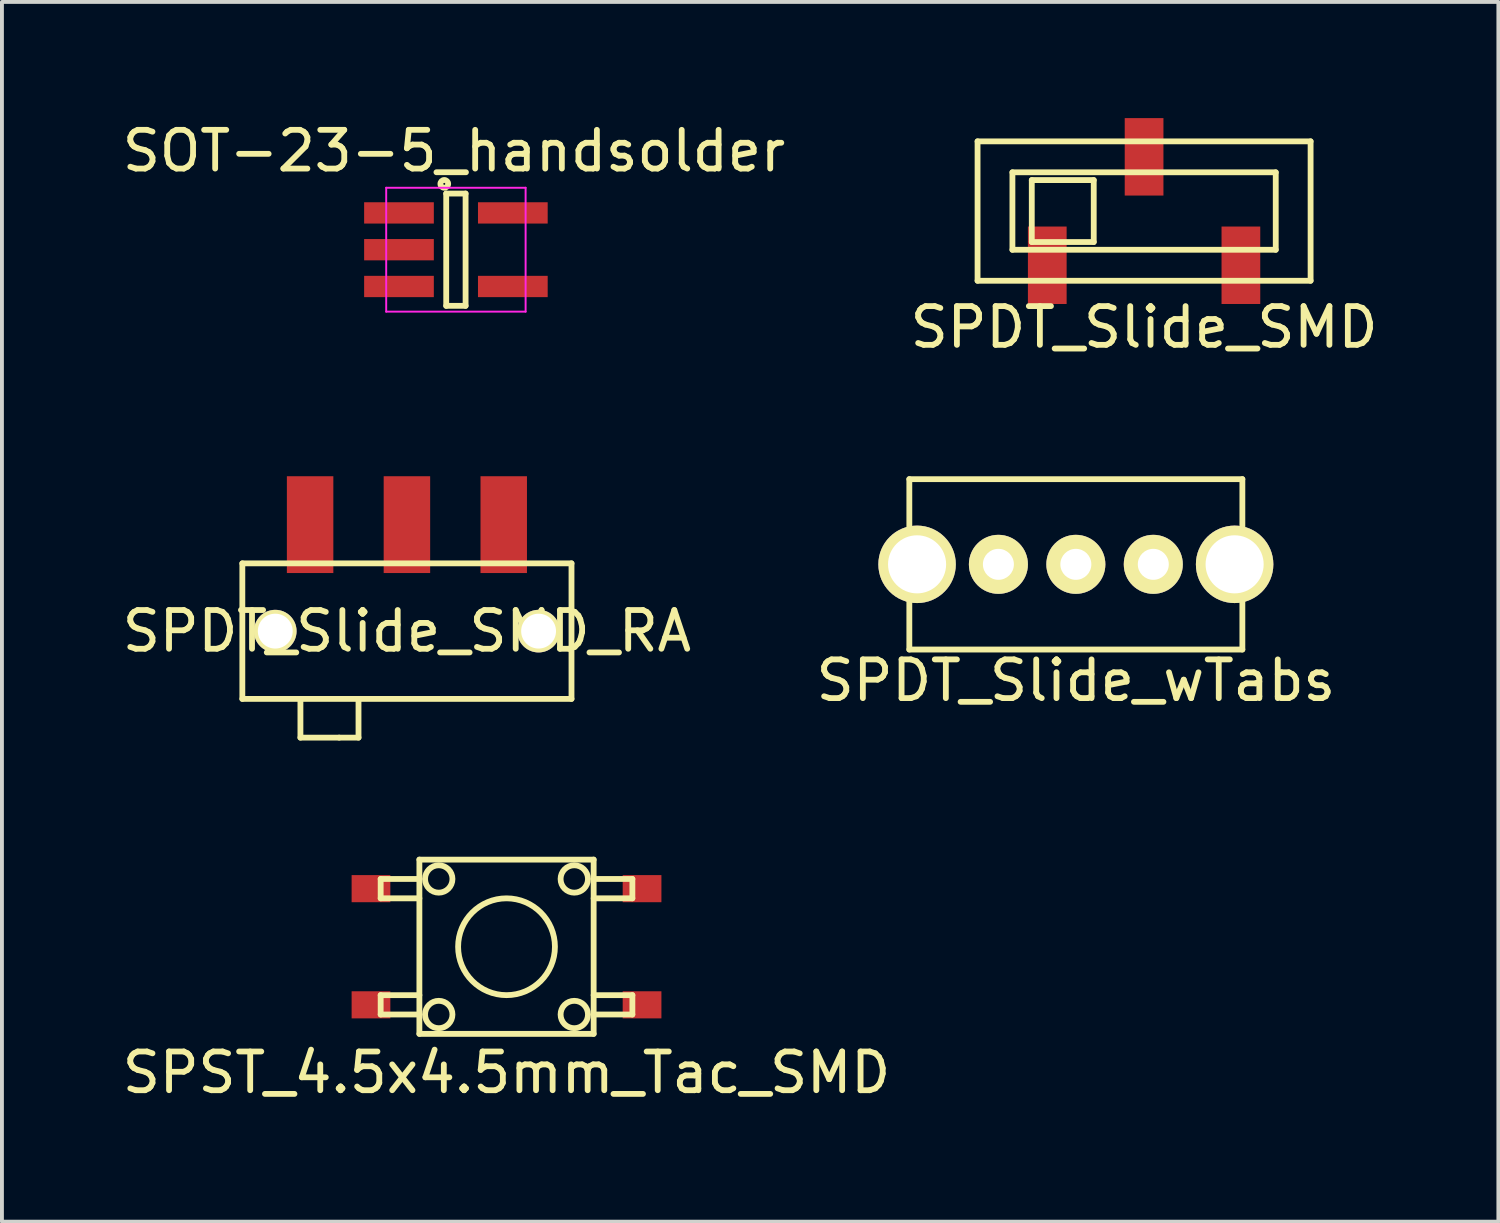
<source format=kicad_pcb>
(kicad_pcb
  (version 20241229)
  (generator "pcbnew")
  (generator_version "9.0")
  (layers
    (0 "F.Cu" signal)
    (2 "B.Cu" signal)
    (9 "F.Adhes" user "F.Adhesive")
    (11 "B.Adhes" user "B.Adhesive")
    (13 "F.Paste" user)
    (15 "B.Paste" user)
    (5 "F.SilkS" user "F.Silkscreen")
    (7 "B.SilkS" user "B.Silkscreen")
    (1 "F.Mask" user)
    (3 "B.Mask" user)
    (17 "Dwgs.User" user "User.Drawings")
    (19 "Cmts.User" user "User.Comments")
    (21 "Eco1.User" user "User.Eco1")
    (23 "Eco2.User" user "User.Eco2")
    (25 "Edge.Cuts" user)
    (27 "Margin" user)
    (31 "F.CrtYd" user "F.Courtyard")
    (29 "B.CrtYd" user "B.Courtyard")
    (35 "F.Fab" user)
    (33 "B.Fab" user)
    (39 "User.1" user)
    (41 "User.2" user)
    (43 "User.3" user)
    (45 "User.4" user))
  (footprint "SPST_4.5x4.5mm_Tac_SMD"
    (layer "F.Cu")
    (at 10.03 21.398)
    (property "Reference" "SPST_4.5x4.5mm_Tac_SMD" (at 0 3.25 0) (layer "F.SilkS") (effects (font (size 1 1) (thickness 0.15))))
    (attr through_hole)
    (fp_line (start -3.25 -1.75) (end -2.25 -1.75) (stroke (width 0.15) (type solid)) (layer "F.SilkS"))
    (fp_line (start -3.25 -1.25) (end -3.25 -1.75) (stroke (width 0.15) (type solid)) (layer "F.SilkS"))
    (fp_line (start -3.25 1.25) (end -2.25 1.25) (stroke (width 0.15) (type solid)) (layer "F.SilkS"))
    (fp_line (start -3.25 1.75) (end -3.25 1.25) (stroke (width 0.15) (type solid)) (layer "F.SilkS"))
    (fp_line (start -2.25 -2.25) (end 2.25 -2.25) (stroke (width 0.15) (type solid)) (layer "F.SilkS"))
    (fp_line (start -2.25 -1.25) (end -3.25 -1.25) (stroke (width 0.15) (type solid)) (layer "F.SilkS"))
    (fp_line (start -2.25 1.75) (end -3.25 1.75) (stroke (width 0.15) (type solid)) (layer "F.SilkS"))
    (fp_line (start -2.25 2.25) (end -2.25 -2.25) (stroke (width 0.15) (type solid)) (layer "F.SilkS"))
    (fp_line (start 2.25 -2.25) (end 2.25 1.75) (stroke (width 0.15) (type solid)) (layer "F.SilkS"))
    (fp_line (start 2.25 -1.75) (end 3.25 -1.75) (stroke (width 0.15) (type solid)) (layer "F.SilkS"))
    (fp_line (start 2.25 1.25) (end 3.25 1.25) (stroke (width 0.15) (type solid)) (layer "F.SilkS"))
    (fp_line (start 2.25 1.75) (end 2.25 2.25) (stroke (width 0.15) (type solid)) (layer "F.SilkS"))
    (fp_line (start 2.25 2.25) (end -2.25 2.25) (stroke (width 0.15) (type solid)) (layer "F.SilkS"))
    (fp_line (start 3.25 -1.75) (end 3.25 -1.25) (stroke (width 0.15) (type solid)) (layer "F.SilkS"))
    (fp_line (start 3.25 -1.25) (end 2.25 -1.25) (stroke (width 0.15) (type solid)) (layer "F.SilkS"))
    (fp_line (start 3.25 1.25) (end 3.25 1.75) (stroke (width 0.15) (type solid)) (layer "F.SilkS"))
    (fp_line (start 3.25 1.75) (end 2.25 1.75) (stroke (width 0.15) (type solid)) (layer "F.SilkS"))
    (fp_circle (center -1.75 -1.75) (end -1.5 -1.5) (stroke (width 0.15) (type solid)) (fill no) (layer "F.SilkS"))
    (fp_circle (center -1.75 1.75) (end -1.5 1.5) (stroke (width 0.15) (type solid)) (fill no) (layer "F.SilkS"))
    (fp_circle (center 0 0) (end 0 -1.25) (stroke (width 0.15) (type solid)) (fill no) (layer "F.SilkS"))
    (fp_circle (center 1.75 -1.75) (end 1.5 -1.5) (stroke (width 0.15) (type solid)) (fill no) (layer "F.SilkS"))
    (fp_circle (center 1.75 1.75) (end 1.5 1.5) (stroke (width 0.15) (type solid)) (fill no) (layer "F.SilkS"))
    (pad "1" smd rect (at -3.5 -1.5) (size 1 0.7) (layers "F.Cu" "F.Mask" "F.Paste"))
    (pad "1" smd rect (at 3.5 -1.5) (size 1 0.7) (layers "F.Cu" "F.Mask" "F.Paste"))
    (pad "2" smd rect (at -3.5 1.5) (size 1 0.7) (layers "F.Cu" "F.Mask" "F.Paste"))
    (pad "2" smd rect (at 3.5 1.5) (size 1 0.7) (layers "F.Cu" "F.Mask" "F.Paste")))
  (footprint "SPDT_Slide_SMD"
    (layer "F.Cu")
    (at 26.494 2.4)
    (property "Reference" "SPDT_Slide_SMD" (at 0 3 0) (layer "F.SilkS") (effects (font (size 1 1) (thickness 0.15))))
    (attr through_hole)
    (fp_line (start -4.3 -1.8) (end 4.3 -1.8) (stroke (width 0.15) (type solid)) (layer "F.SilkS"))
    (fp_line (start -4.3 1.8) (end -4.3 -1.8) (stroke (width 0.15) (type solid)) (layer "F.SilkS"))
    (fp_line (start -3.4 -1) (end -3.4 1) (stroke (width 0.15) (type solid)) (layer "F.SilkS"))
    (fp_line (start -3.4 1) (end 3.4 1) (stroke (width 0.15) (type solid)) (layer "F.SilkS"))
    (fp_line (start -2.9 -0.8) (end -2.9 0.8) (stroke (width 0.15) (type solid)) (layer "F.SilkS"))
    (fp_line (start -2.9 0.8) (end -1.3 0.8) (stroke (width 0.15) (type solid)) (layer "F.SilkS"))
    (fp_line (start -1.3 -0.8) (end -2.9 -0.8) (stroke (width 0.15) (type solid)) (layer "F.SilkS"))
    (fp_line (start -1.3 0.8) (end -1.3 -0.8) (stroke (width 0.15) (type solid)) (layer "F.SilkS"))
    (fp_line (start 3.4 -1) (end -3.4 -1) (stroke (width 0.15) (type solid)) (layer "F.SilkS"))
    (fp_line (start 3.4 1) (end 3.4 -1) (stroke (width 0.15) (type solid)) (layer "F.SilkS"))
    (fp_line (start 4.3 -1.8) (end 4.3 1.8) (stroke (width 0.15) (type solid)) (layer "F.SilkS"))
    (fp_line (start 4.3 1.8) (end -4.3 1.8) (stroke (width 0.15) (type solid)) (layer "F.SilkS"))
    (pad "1" smd rect (at -2.5 1.4) (size 1 2) (layers "F.Cu" "F.Mask" "F.Paste"))
    (pad "2" smd rect (at 0 -1.4) (size 1 2) (layers "F.Cu" "F.Mask" "F.Paste"))
    (pad "3" smd rect (at 2.5 1.4) (size 1 2) (layers "F.Cu" "F.Mask" "F.Paste")))
  (footprint "SOT-23-5_handsolder"
    (layer "F.Cu")
    (at 8.723 3.398)
    (property "Reference" "SOT-23-5_handsolder" (at -0.05 -2.55 0) (layer "F.SilkS") (effects (font (size 1 1) (thickness 0.15))))
    (attr smd)
    (fp_line (start -0.25 -1.45) (end -0.25 1.45) (stroke (width 0.15) (type solid)) (layer "F.SilkS"))
    (fp_line (start -0.25 1.45) (end 0.25 1.45) (stroke (width 0.15) (type solid)) (layer "F.SilkS"))
    (fp_line (start 0.25 -1.45) (end -0.25 -1.45) (stroke (width 0.15) (type solid)) (layer "F.SilkS"))
    (fp_line (start 0.25 1.45) (end 0.25 -1.45) (stroke (width 0.15) (type solid)) (layer "F.SilkS"))
    (fp_circle (center -0.3 -1.7) (end -0.2 -1.7) (stroke (width 0.15) (type solid)) (fill no) (layer "F.SilkS"))
    (fp_line (start -1.8 -1.6) (end 1.8 -1.6) (stroke (width 0.05) (type solid)) (layer "F.CrtYd"))
    (fp_line (start -1.8 1.6) (end -1.8 -1.6) (stroke (width 0.05) (type solid)) (layer "F.CrtYd"))
    (fp_line (start 1.8 -1.6) (end 1.8 1.6) (stroke (width 0.05) (type solid)) (layer "F.CrtYd"))
    (fp_line (start 1.8 1.6) (end -1.8 1.6) (stroke (width 0.05) (type solid)) (layer "F.CrtYd"))
    (pad "1" smd rect (at -1.47 -0.95) (size 1.8 0.55) (layers "F.Cu" "F.Mask" "F.Paste"))
    (pad "2" smd rect (at -1.47 0) (size 1.8 0.55) (layers "F.Cu" "F.Mask" "F.Paste"))
    (pad "3" smd rect (at -1.47 0.95) (size 1.8 0.55) (layers "F.Cu" "F.Mask" "F.Paste"))
    (pad "4" smd rect (at 1.47 0.95) (size 1.8 0.55) (layers "F.Cu" "F.Mask" "F.Paste"))
    (pad "5" smd rect (at 1.47 -0.95) (size 1.8 0.55) (layers "F.Cu" "F.Mask" "F.Paste")))
  (footprint "SPDT_Slide_SMD_RA"
    (layer "F.Cu")
    (at 7.458 13.248)
    (property "Reference" "SPDT_Slide_SMD_RA" (at 0 0 0) (layer "F.SilkS") (effects (font (size 1 1) (thickness 0.15))))
    (attr through_hole)
    (fp_line (start -4.25 -1.75) (end -4.25 1.75) (stroke (width 0.15) (type solid)) (layer "F.SilkS"))
    (fp_line (start -4.25 1.75) (end 4.25 1.75) (stroke (width 0.15) (type solid)) (layer "F.SilkS"))
    (fp_line (start -2.75 1.75) (end -2.75 2.75) (stroke (width 0.15) (type solid)) (layer "F.SilkS"))
    (fp_line (start -2.75 2.75) (end -1.75 2.75) (stroke (width 0.15) (type solid)) (layer "F.SilkS"))
    (fp_line (start -1.75 2.75) (end -1.25 2.75) (stroke (width 0.15) (type solid)) (layer "F.SilkS"))
    (fp_line (start -1.25 2.75) (end -1.25 1.75) (stroke (width 0.15) (type solid)) (layer "F.SilkS"))
    (fp_line (start 4.25 -1.75) (end -4.25 -1.75) (stroke (width 0.15) (type solid)) (layer "F.SilkS"))
    (fp_line (start 4.25 1.75) (end 4.25 -1.75) (stroke (width 0.15) (type solid)) (layer "F.SilkS"))
    (pad "1" smd rect (at -2.5 -2.75) (size 1.2 2.5) (layers "F.Cu" "F.Mask" "F.Paste"))
    (pad "2" smd rect (at 0 -2.75) (size 1.2 2.5) (layers "F.Cu" "F.Mask" "F.Paste"))
    (pad "3" smd rect (at 2.5 -2.75) (size 1.2 2.5) (layers "F.Cu" "F.Mask" "F.Paste"))
    (pad "4" thru_hole circle (at -3.4 0) (size 1.1 1.1) (drill 0.9) (layers "*.Cu" "*.Mask" "F.SilkS"))
    (pad "4" thru_hole circle (at 3.4 0) (size 1.1 1.1) (drill 0.9) (layers "*.Cu" "*.Mask" "F.SilkS")))
  (footprint "SPDT_Slide_wTabs"
    (layer "F.Cu")
    (at 24.732 11.523)
    (property "Reference" "SPDT_Slide_wTabs" (at 0 3 0) (layer "F.SilkS") (effects (font (size 1 1) (thickness 0.15))))
    (attr through_hole)
    (fp_line (start -4.3 -2.2) (end 4.3 -2.2) (stroke (width 0.15) (type solid)) (layer "F.SilkS"))
    (fp_line (start -4.3 2.2) (end -4.3 -2.2) (stroke (width 0.15) (type solid)) (layer "F.SilkS"))
    (fp_line (start 4.3 -2.2) (end 4.3 2.2) (stroke (width 0.15) (type solid)) (layer "F.SilkS"))
    (fp_line (start 4.3 2.2) (end -4.3 2.2) (stroke (width 0.15) (type solid)) (layer "F.SilkS"))
    (pad "1" thru_hole circle (at -2 0) (size 1.524 1.524) (drill 0.8) (layers "*.Cu" "*.Mask" "F.SilkS"))
    (pad "2" thru_hole circle (at 0 0) (size 1.524 1.524) (drill 0.8) (layers "*.Cu" "*.Mask" "F.SilkS"))
    (pad "3" thru_hole circle (at 2 0) (size 1.524 1.524) (drill 0.8) (layers "*.Cu" "*.Mask" "F.SilkS"))
    (pad "4" thru_hole circle (at -4.1 0) (size 2 2) (drill 1.5) (layers "*.Cu" "*.Mask" "F.SilkS"))
    (pad "4" thru_hole circle (at 4.1 0) (size 2 2) (drill 1.5) (layers "*.Cu" "*.Mask" "F.SilkS")))
  (gr_rect
    (start -3 -3)
    (end 35.643 28.497)
    (stroke (width 0.1) (type default))
    (fill no)
    (layer "Edge.Cuts")))
</source>
